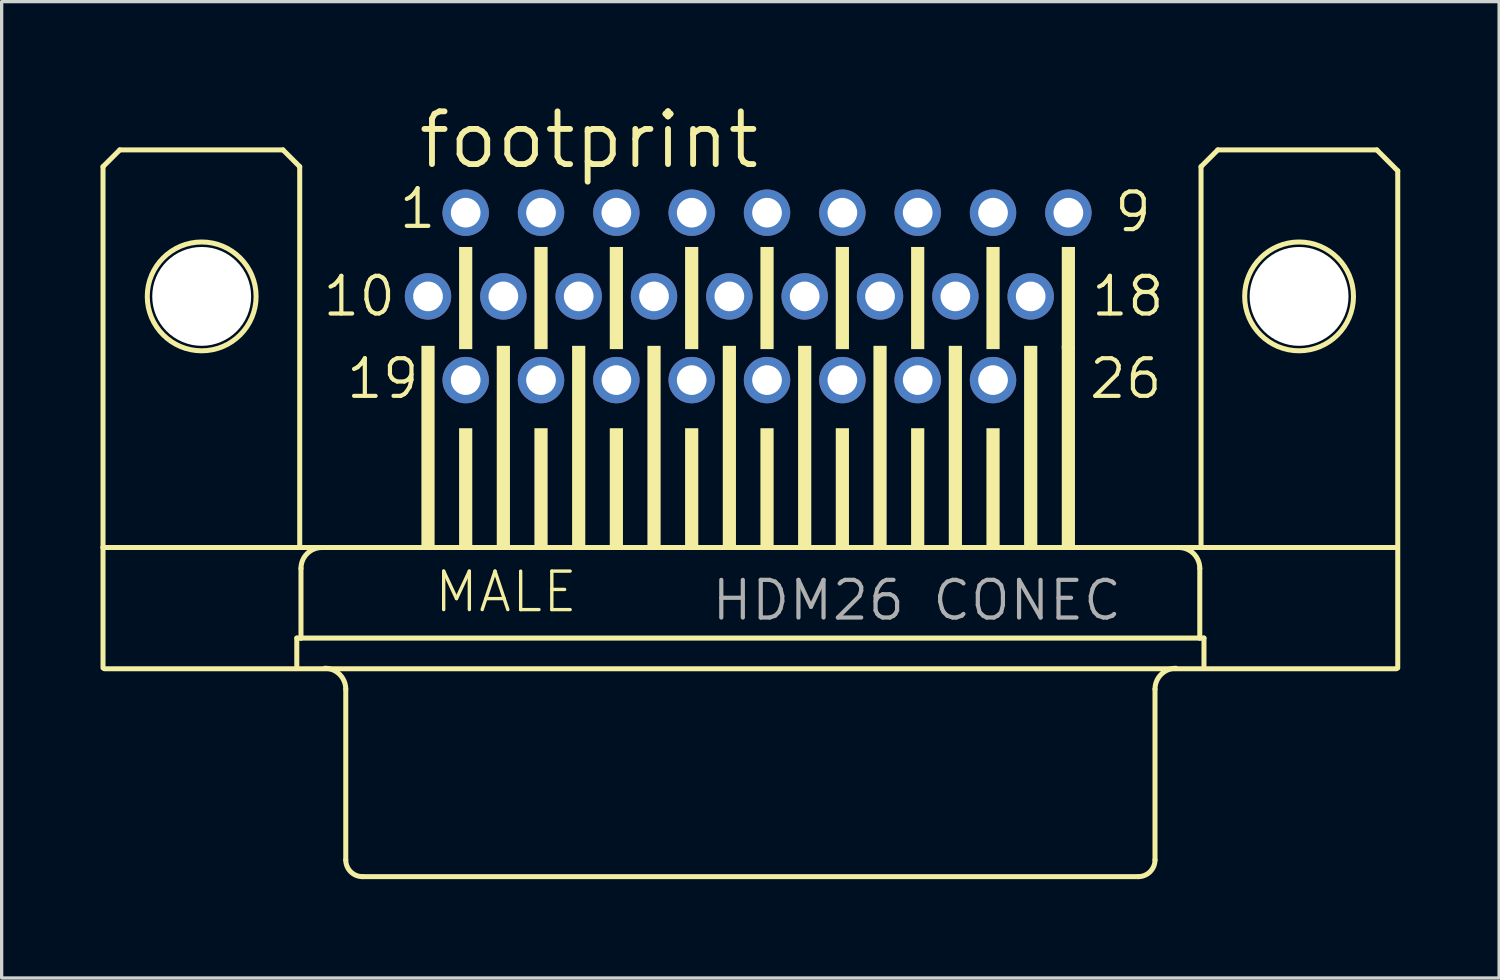
<source format=kicad_pcb>
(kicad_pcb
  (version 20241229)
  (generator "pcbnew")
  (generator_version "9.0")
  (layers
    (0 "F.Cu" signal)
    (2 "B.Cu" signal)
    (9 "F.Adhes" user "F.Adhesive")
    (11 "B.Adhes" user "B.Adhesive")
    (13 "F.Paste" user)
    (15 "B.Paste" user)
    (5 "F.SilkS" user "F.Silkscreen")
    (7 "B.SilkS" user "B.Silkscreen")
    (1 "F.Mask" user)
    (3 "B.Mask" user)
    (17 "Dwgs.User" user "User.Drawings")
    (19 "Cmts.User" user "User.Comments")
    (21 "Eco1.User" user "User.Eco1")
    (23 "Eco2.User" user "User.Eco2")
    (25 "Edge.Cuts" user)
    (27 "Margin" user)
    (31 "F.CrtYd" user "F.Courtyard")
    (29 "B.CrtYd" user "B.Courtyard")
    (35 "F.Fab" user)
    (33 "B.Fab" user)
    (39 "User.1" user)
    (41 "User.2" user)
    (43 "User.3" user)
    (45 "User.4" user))
  (footprint "footprint"
    (layer "F.Cu")
    (at 19.72 5.944)
    (property "Reference" "footprint" (at -10.16 -3.81 0) (layer "F.SilkS") (effects (font (size 1.6 1.6) (thickness 0.178)) (justify left bottom)))
    (fp_line (start -19.644 -3.937) (end -19.644 7.62) (stroke (width 0.152) (type solid)) (layer "F.SilkS"))
    (fp_line (start -19.644 11.276) (end -19.644 7.62) (stroke (width 0.152) (type solid)) (layer "F.SilkS"))
    (fp_line (start -19.6 11.3) (end 19.6 11.3) (stroke (width 0.152) (type solid)) (layer "F.SilkS"))
    (fp_line (start -19.136 -4.445) (end -19.644 -3.937) (stroke (width 0.152) (type solid)) (layer "F.SilkS"))
    (fp_line (start -14.183 -4.445) (end -19.136 -4.445) (stroke (width 0.152) (type solid)) (layer "F.SilkS"))
    (fp_line (start -13.764 10.368) (end -13.764 11.276) (stroke (width 0.152) (type solid)) (layer "F.SilkS"))
    (fp_line (start -13.675 -3.937) (end -14.183 -4.445) (stroke (width 0.152) (type solid)) (layer "F.SilkS"))
    (fp_line (start -13.675 -3.937) (end -13.675 7.62) (stroke (width 0.152) (type solid)) (layer "F.SilkS"))
    (fp_line (start -13.637 8.255) (end -13.637 10.368) (stroke (width 0.152) (type solid)) (layer "F.SilkS"))
    (fp_line (start -13.637 10.368) (end -13.764 10.368) (stroke (width 0.152) (type solid)) (layer "F.SilkS"))
    (fp_line (start -12.278 11.919) (end -12.278 17.099) (stroke (width 0.152) (type solid)) (layer "F.SilkS"))
    (fp_line (start 11.77 17.607) (end -11.77 17.607) (stroke (width 0.152) (type solid)) (layer "F.SilkS"))
    (fp_line (start 12.278 11.919) (end 12.278 17.099) (stroke (width 0.152) (type solid)) (layer "F.SilkS"))
    (fp_line (start 13.637 8.255) (end 13.637 10.368) (stroke (width 0.152) (type solid)) (layer "F.SilkS"))
    (fp_line (start 13.637 10.368) (end -13.637 10.368) (stroke (width 0.152) (type solid)) (layer "F.SilkS"))
    (fp_line (start 13.675 -3.937) (end 13.675 7.62) (stroke (width 0.152) (type solid)) (layer "F.SilkS"))
    (fp_line (start 13.764 10.368) (end 13.637 10.368) (stroke (width 0.152) (type solid)) (layer "F.SilkS"))
    (fp_line (start 13.764 10.368) (end 13.764 11.276) (stroke (width 0.152) (type solid)) (layer "F.SilkS"))
    (fp_line (start 14.183 -4.445) (end 13.675 -3.937) (stroke (width 0.152) (type solid)) (layer "F.SilkS"))
    (fp_line (start 14.183 -4.445) (end 19.009 -4.445) (stroke (width 0.152) (type solid)) (layer "F.SilkS"))
    (fp_line (start 19.009 -4.445) (end 19.644 -3.81) (stroke (width 0.152) (type solid)) (layer "F.SilkS"))
    (fp_line (start 19.556 7.62) (end -19.644 7.62) (stroke (width 0.152) (type solid)) (layer "F.SilkS"))
    (fp_line (start 19.644 -3.81) (end 19.644 11.276) (stroke (width 0.152) (type solid)) (layer "F.SilkS"))
    (fp_arc (start -13.637 8.255) (mid -13.451013 7.805987) (end -13.002 7.62) (stroke (width 0.1524) (type solid)) (layer "F.SilkS"))
    (fp_arc (start -12.913 11.284) (mid -12.463987 11.469987) (end -12.278 11.919) (stroke (width 0.1524) (type solid)) (layer "F.SilkS"))
    (fp_arc (start -11.77 17.607) (mid -12.12921 17.45821) (end -12.278 17.099) (stroke (width 0.1524) (type solid)) (layer "F.SilkS"))
    (fp_arc (start 12.278 11.919) (mid 12.463987 11.469987) (end 12.913 11.284) (stroke (width 0.1524) (type solid)) (layer "F.SilkS"))
    (fp_arc (start 12.278 17.099) (mid 12.12921 17.45821) (end 11.77 17.607) (stroke (width 0.1524) (type solid)) (layer "F.SilkS"))
    (fp_arc (start 13.002 7.62) (mid 13.451013 7.805987) (end 13.637 8.255) (stroke (width 0.1524) (type solid)) (layer "F.SilkS"))
    (fp_circle (center -16.65 0) (end -14.999 0) (stroke (width 0.152) (type solid)) (fill no) (layer "F.SilkS"))
    (fp_circle (center 16.65 0) (end 18.301 0) (stroke (width 0.152) (type solid)) (fill no) (layer "F.SilkS"))
    (fp_poly (pts (xy -9.982 7.6) (xy -9.582 7.6) (xy -9.582 1.5) (xy -9.982 1.5)) (stroke (width 0) (type solid)) (fill yes) (layer "F.SilkS"))
    (fp_poly (pts (xy -8.839 1.6) (xy -8.439 1.6) (xy -8.439 -1.5) (xy -8.839 -1.5)) (stroke (width 0) (type solid)) (fill yes) (layer "F.SilkS"))
    (fp_poly (pts (xy -8.839 7.6) (xy -8.439 7.6) (xy -8.439 4) (xy -8.839 4)) (stroke (width 0) (type solid)) (fill yes) (layer "F.SilkS"))
    (fp_poly (pts (xy -7.696 7.6) (xy -7.296 7.6) (xy -7.296 1.5) (xy -7.696 1.5)) (stroke (width 0) (type solid)) (fill yes) (layer "F.SilkS"))
    (fp_poly (pts (xy -6.553 1.6) (xy -6.153 1.6) (xy -6.153 -1.5) (xy -6.553 -1.5)) (stroke (width 0) (type solid)) (fill yes) (layer "F.SilkS"))
    (fp_poly (pts (xy -6.553 7.6) (xy -6.153 7.6) (xy -6.153 4) (xy -6.553 4)) (stroke (width 0) (type solid)) (fill yes) (layer "F.SilkS"))
    (fp_poly (pts (xy -5.41 7.6) (xy -5.01 7.6) (xy -5.01 1.5) (xy -5.41 1.5)) (stroke (width 0) (type solid)) (fill yes) (layer "F.SilkS"))
    (fp_poly (pts (xy -4.267 1.6) (xy -3.867 1.6) (xy -3.867 -1.5) (xy -4.267 -1.5)) (stroke (width 0) (type solid)) (fill yes) (layer "F.SilkS"))
    (fp_poly (pts (xy -4.267 7.6) (xy -3.867 7.6) (xy -3.867 4) (xy -4.267 4)) (stroke (width 0) (type solid)) (fill yes) (layer "F.SilkS"))
    (fp_poly (pts (xy -3.124 7.6) (xy -2.724 7.6) (xy -2.724 1.5) (xy -3.124 1.5)) (stroke (width 0) (type solid)) (fill yes) (layer "F.SilkS"))
    (fp_poly (pts (xy -1.981 1.6) (xy -1.581 1.6) (xy -1.581 -1.5) (xy -1.981 -1.5)) (stroke (width 0) (type solid)) (fill yes) (layer "F.SilkS"))
    (fp_poly (pts (xy -1.981 7.6) (xy -1.581 7.6) (xy -1.581 4) (xy -1.981 4)) (stroke (width 0) (type solid)) (fill yes) (layer "F.SilkS"))
    (fp_poly (pts (xy -0.838 7.6) (xy -0.438 7.6) (xy -0.438 1.5) (xy -0.838 1.5)) (stroke (width 0) (type solid)) (fill yes) (layer "F.SilkS"))
    (fp_poly (pts (xy 0.305 1.6) (xy 0.705 1.6) (xy 0.705 -1.5) (xy 0.305 -1.5)) (stroke (width 0) (type solid)) (fill yes) (layer "F.SilkS"))
    (fp_poly (pts (xy 0.305 7.6) (xy 0.705 7.6) (xy 0.705 4) (xy 0.305 4)) (stroke (width 0) (type solid)) (fill yes) (layer "F.SilkS"))
    (fp_poly (pts (xy 1.448 7.6) (xy 1.848 7.6) (xy 1.848 1.5) (xy 1.448 1.5)) (stroke (width 0) (type solid)) (fill yes) (layer "F.SilkS"))
    (fp_poly (pts (xy 2.591 1.6) (xy 2.991 1.6) (xy 2.991 -1.5) (xy 2.591 -1.5)) (stroke (width 0) (type solid)) (fill yes) (layer "F.SilkS"))
    (fp_poly (pts (xy 2.591 7.6) (xy 2.991 7.6) (xy 2.991 4) (xy 2.591 4)) (stroke (width 0) (type solid)) (fill yes) (layer "F.SilkS"))
    (fp_poly (pts (xy 3.734 7.6) (xy 4.134 7.6) (xy 4.134 1.5) (xy 3.734 1.5)) (stroke (width 0) (type solid)) (fill yes) (layer "F.SilkS"))
    (fp_poly (pts (xy 4.877 1.6) (xy 5.277 1.6) (xy 5.277 -1.5) (xy 4.877 -1.5)) (stroke (width 0) (type solid)) (fill yes) (layer "F.SilkS"))
    (fp_poly (pts (xy 4.877 7.6) (xy 5.277 7.6) (xy 5.277 4) (xy 4.877 4)) (stroke (width 0) (type solid)) (fill yes) (layer "F.SilkS"))
    (fp_poly (pts (xy 6.02 7.6) (xy 6.42 7.6) (xy 6.42 1.5) (xy 6.02 1.5)) (stroke (width 0) (type solid)) (fill yes) (layer "F.SilkS"))
    (fp_poly (pts (xy 7.163 1.6) (xy 7.563 1.6) (xy 7.563 -1.5) (xy 7.163 -1.5)) (stroke (width 0) (type solid)) (fill yes) (layer "F.SilkS"))
    (fp_poly (pts (xy 7.163 7.6) (xy 7.563 7.6) (xy 7.563 4) (xy 7.163 4)) (stroke (width 0) (type solid)) (fill yes) (layer "F.SilkS"))
    (fp_poly (pts (xy 8.306 7.6) (xy 8.706 7.6) (xy 8.706 1.5) (xy 8.306 1.5)) (stroke (width 0) (type solid)) (fill yes) (layer "F.SilkS"))
    (fp_poly (pts (xy 9.449 1.6) (xy 9.849 1.6) (xy 9.849 -1.5) (xy 9.449 -1.5)) (stroke (width 0) (type solid)) (fill yes) (layer "F.SilkS"))
    (fp_poly (pts (xy 9.449 7.6) (xy 9.849 7.6) (xy 9.849 1.5) (xy 9.449 1.5)) (stroke (width 0) (type solid)) (fill yes) (layer "F.SilkS"))
    (fp_text user "MALE" (at -9.652 9.652 0) (layer "F.SilkS") (effects (font (size 1.168 1.168) (thickness 0.102)) (justify left bottom)))
    (fp_text user "9" (at 10.981 -1.895 0) (layer "F.SilkS") (effects (font (size 1.143 1.143) (thickness 0.127)) (justify left bottom)))
    (fp_text user "19" (at -12.327 3.165 0) (layer "F.SilkS") (effects (font (size 1.143 1.143) (thickness 0.127)) (justify left bottom)))
    (fp_text user "10" (at -13.04 0.665 0) (layer "F.SilkS") (effects (font (size 1.143 1.143) (thickness 0.127)) (justify left bottom)))
    (fp_text user "1" (at -10.727 -1.995 0) (layer "F.SilkS") (effects (font (size 1.143 1.143) (thickness 0.127)) (justify left bottom)))
    (fp_text user "18" (at 10.281 0.665 0) (layer "F.SilkS") (effects (font (size 1.143 1.143) (thickness 0.127)) (justify left bottom)))
    (fp_text user "26" (at 10.219 3.165 0) (layer "F.SilkS") (effects (font (size 1.143 1.143) (thickness 0.127)) (justify left bottom)))
    (fp_text user "HDM26 CONEC" (at -1.238 9.891 0) (layer "F.Fab") (effects (font (size 1.143 1.143) (thickness 0.127)) (justify left bottom)))
    (pad "" np_thru_hole circle (at -16.65 0) (size 3 3) (drill 3) (layers "*.Cu" "*.Mask"))
    (pad "" np_thru_hole circle (at 16.65 0) (size 3 3) (drill 3) (layers "*.Cu" "*.Mask"))
    (pad "1" thru_hole circle (at -8.639 -2.54) (size 1.408 1.408) (drill 0.9) (layers "*.Cu" "*.Mask"))
    (pad "2" thru_hole circle (at -6.353 -2.54) (size 1.408 1.408) (drill 0.9) (layers "*.Cu" "*.Mask"))
    (pad "3" thru_hole circle (at -4.067 -2.54) (size 1.408 1.408) (drill 0.9) (layers "*.Cu" "*.Mask"))
    (pad "4" thru_hole circle (at -1.781 -2.54) (size 1.408 1.408) (drill 0.9) (layers "*.Cu" "*.Mask"))
    (pad "5" thru_hole circle (at 0.505 -2.54) (size 1.408 1.408) (drill 0.9) (layers "*.Cu" "*.Mask"))
    (pad "6" thru_hole circle (at 2.791 -2.54) (size 1.408 1.408) (drill 0.9) (layers "*.Cu" "*.Mask"))
    (pad "7" thru_hole circle (at 5.077 -2.54) (size 1.408 1.408) (drill 0.9) (layers "*.Cu" "*.Mask"))
    (pad "8" thru_hole circle (at 7.363 -2.54) (size 1.408 1.408) (drill 0.9) (layers "*.Cu" "*.Mask"))
    (pad "9" thru_hole circle (at 9.649 -2.54) (size 1.408 1.408) (drill 0.9) (layers "*.Cu" "*.Mask"))
    (pad "10" thru_hole circle (at -9.782 0) (size 1.408 1.408) (drill 0.9) (layers "*.Cu" "*.Mask"))
    (pad "11" thru_hole circle (at -7.496 0) (size 1.408 1.408) (drill 0.9) (layers "*.Cu" "*.Mask"))
    (pad "12" thru_hole circle (at -5.21 0) (size 1.408 1.408) (drill 0.9) (layers "*.Cu" "*.Mask"))
    (pad "13" thru_hole circle (at -2.924 0) (size 1.408 1.408) (drill 0.9) (layers "*.Cu" "*.Mask"))
    (pad "14" thru_hole circle (at -0.638 0) (size 1.408 1.408) (drill 0.9) (layers "*.Cu" "*.Mask"))
    (pad "15" thru_hole circle (at 1.648 0) (size 1.408 1.408) (drill 0.9) (layers "*.Cu" "*.Mask"))
    (pad "16" thru_hole circle (at 3.934 0) (size 1.408 1.408) (drill 0.9) (layers "*.Cu" "*.Mask"))
    (pad "17" thru_hole circle (at 6.22 0) (size 1.408 1.408) (drill 0.9) (layers "*.Cu" "*.Mask"))
    (pad "18" thru_hole circle (at 8.506 0) (size 1.408 1.408) (drill 0.9) (layers "*.Cu" "*.Mask"))
    (pad "19" thru_hole circle (at -8.639 2.54) (size 1.408 1.408) (drill 0.9) (layers "*.Cu" "*.Mask"))
    (pad "20" thru_hole circle (at -6.353 2.54) (size 1.408 1.408) (drill 0.9) (layers "*.Cu" "*.Mask"))
    (pad "21" thru_hole circle (at -4.067 2.54) (size 1.408 1.408) (drill 0.9) (layers "*.Cu" "*.Mask"))
    (pad "22" thru_hole circle (at -1.781 2.54) (size 1.408 1.408) (drill 0.9) (layers "*.Cu" "*.Mask"))
    (pad "23" thru_hole circle (at 0.505 2.54) (size 1.408 1.408) (drill 0.9) (layers "*.Cu" "*.Mask"))
    (pad "24" thru_hole circle (at 2.791 2.54) (size 1.408 1.408) (drill 0.9) (layers "*.Cu" "*.Mask"))
    (pad "25" thru_hole circle (at 5.077 2.54) (size 1.408 1.408) (drill 0.9) (layers "*.Cu" "*.Mask"))
    (pad "26" thru_hole circle (at 7.363 2.54) (size 1.408 1.408) (drill 0.9) (layers "*.Cu" "*.Mask"))
    (zone (net_name "") (layers "F.Cu" "B.Cu") (hatch edge 0.508) (connect_pads) (min_thickness 0.254) (filled_areas_thickness no) (keepout (tracks allowed) (vias not_allowed) (pads allowed) (copperpour allowed) (footprints allowed)) (placement (enabled no)) (fill) (polygon (pts (xy 5.737 5.944) (xy 5.697 5.48) (xy 5.576 5.031) (xy 5.38 4.61) (xy 5.113 4.229) (xy 4.785 3.901) (xy 4.404 3.634) (xy 3.982 3.437) (xy 3.533 3.317) (xy 3.07 3.277) (xy 2.607 3.317) (xy 2.158 3.437) (xy 1.737 3.634) (xy 1.356 3.901) (xy 1.027 4.229) (xy 0.761 4.61) (xy 0.564 5.031) (xy 0.444 5.48) (xy 0.403 5.944) (xy 0.444 6.407) (xy 0.564 6.856) (xy 0.761 7.277) (xy 1.027 7.658) (xy 1.356 7.987) (xy 1.737 8.253) (xy 2.158 8.45) (xy 2.607 8.57) (xy 3.07 8.611) (xy 3.533 8.57) (xy 3.982 8.45) (xy 4.404 8.253) (xy 4.785 7.987) (xy 5.113 7.658) (xy 5.38 7.277) (xy 5.576 6.856) (xy 5.697 6.407))))
    (zone (net_name "") (layers "F.Cu" "B.Cu") (hatch edge 0.508) (connect_pads) (min_thickness 0.254) (filled_areas_thickness no) (keepout (tracks allowed) (vias not_allowed) (pads allowed) (copperpour allowed) (footprints allowed)) (placement (enabled no)) (fill) (polygon (pts (xy 39.037 5.944) (xy 38.997 5.48) (xy 38.876 5.031) (xy 38.68 4.61) (xy 38.413 4.229) (xy 38.085 3.901) (xy 37.704 3.634) (xy 37.282 3.437) (xy 36.833 3.317) (xy 36.37 3.277) (xy 35.907 3.317) (xy 35.458 3.437) (xy 35.037 3.634) (xy 34.656 3.901) (xy 34.327 4.229) (xy 34.061 4.61) (xy 33.864 5.031) (xy 33.744 5.48) (xy 33.703 5.944) (xy 33.744 6.407) (xy 33.864 6.856) (xy 34.061 7.277) (xy 34.327 7.658) (xy 34.656 7.987) (xy 35.037 8.253) (xy 35.458 8.45) (xy 35.907 8.57) (xy 36.37 8.611) (xy 36.833 8.57) (xy 37.282 8.45) (xy 37.704 8.253) (xy 38.085 7.987) (xy 38.413 7.658) (xy 38.68 7.277) (xy 38.876 6.856) (xy 38.997 6.407))))
    (zone (net_name "") (layer "B.Cu") (hatch edge 0.508) (connect_pads) (min_thickness 0.254) (filled_areas_thickness no) (keepout (tracks not_allowed) (vias not_allowed) (pads not_allowed) (copperpour not_allowed) (footprints allowed)) (placement (enabled no)) (fill) (polygon (pts (xy 5.737 5.944) (xy 5.697 5.48) (xy 5.576 5.031) (xy 5.38 4.61) (xy 5.113 4.229) (xy 4.785 3.901) (xy 4.404 3.634) (xy 3.982 3.437) (xy 3.533 3.317) (xy 3.07 3.277) (xy 2.607 3.317) (xy 2.158 3.437) (xy 1.737 3.634) (xy 1.356 3.901) (xy 1.027 4.229) (xy 0.761 4.61) (xy 0.564 5.031) (xy 0.444 5.48) (xy 0.403 5.944) (xy 0.444 6.407) (xy 0.564 6.856) (xy 0.761 7.277) (xy 1.027 7.658) (xy 1.356 7.987) (xy 1.737 8.253) (xy 2.158 8.45) (xy 2.607 8.57) (xy 3.07 8.611) (xy 3.533 8.57) (xy 3.982 8.45) (xy 4.404 8.253) (xy 4.785 7.987) (xy 5.113 7.658) (xy 5.38 7.277) (xy 5.576 6.856) (xy 5.697 6.407))))
    (zone (net_name "") (layer "B.Cu") (hatch edge 0.508) (connect_pads) (min_thickness 0.254) (filled_areas_thickness no) (keepout (tracks not_allowed) (vias not_allowed) (pads not_allowed) (copperpour not_allowed) (footprints allowed)) (placement (enabled no)) (fill) (polygon (pts (xy 39.037 5.944) (xy 38.997 5.48) (xy 38.876 5.031) (xy 38.68 4.61) (xy 38.413 4.229) (xy 38.085 3.901) (xy 37.704 3.634) (xy 37.282 3.437) (xy 36.833 3.317) (xy 36.37 3.277) (xy 35.907 3.317) (xy 35.458 3.437) (xy 35.037 3.634) (xy 34.656 3.901) (xy 34.327 4.229) (xy 34.061 4.61) (xy 33.864 5.031) (xy 33.744 5.48) (xy 33.703 5.944) (xy 33.744 6.407) (xy 33.864 6.856) (xy 34.061 7.277) (xy 34.327 7.658) (xy 34.656 7.987) (xy 35.037 8.253) (xy 35.458 8.45) (xy 35.907 8.57) (xy 36.37 8.611) (xy 36.833 8.57) (xy 37.282 8.45) (xy 37.704 8.253) (xy 38.085 7.987) (xy 38.413 7.658) (xy 38.68 7.277) (xy 38.876 6.856) (xy 38.997 6.407)))))
  (gr_rect
    (start -3 -3)
    (end 42.44 26.627)
    (stroke (width 0.1) (type default))
    (fill no)
    (layer "Edge.Cuts")))
</source>
